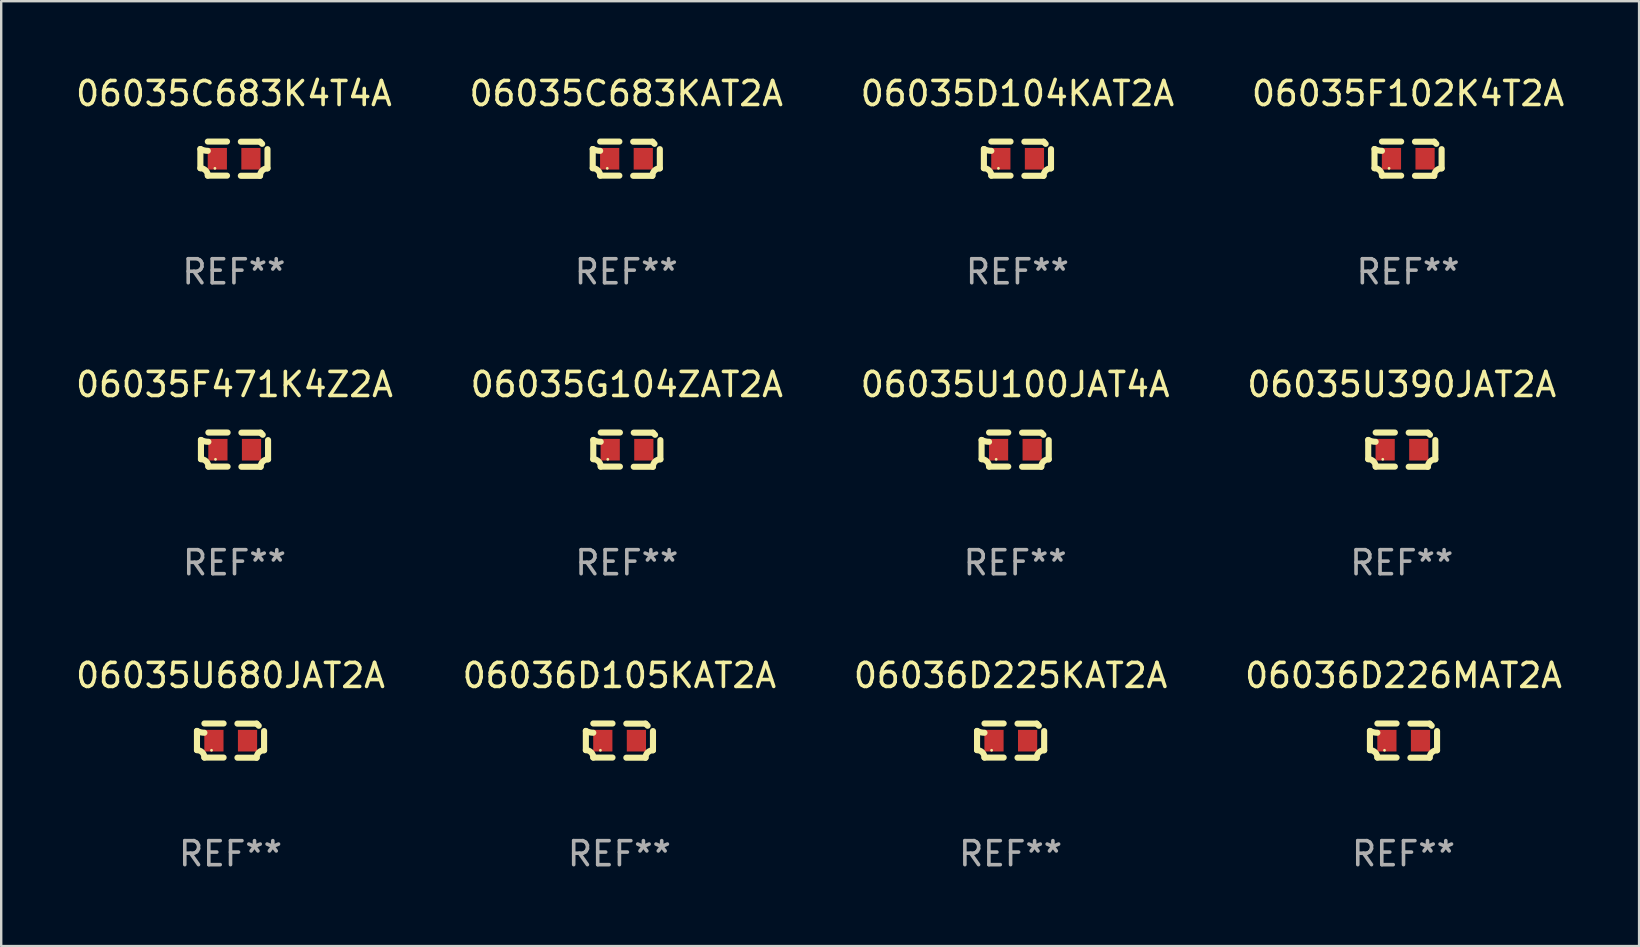
<source format=kicad_pcb>
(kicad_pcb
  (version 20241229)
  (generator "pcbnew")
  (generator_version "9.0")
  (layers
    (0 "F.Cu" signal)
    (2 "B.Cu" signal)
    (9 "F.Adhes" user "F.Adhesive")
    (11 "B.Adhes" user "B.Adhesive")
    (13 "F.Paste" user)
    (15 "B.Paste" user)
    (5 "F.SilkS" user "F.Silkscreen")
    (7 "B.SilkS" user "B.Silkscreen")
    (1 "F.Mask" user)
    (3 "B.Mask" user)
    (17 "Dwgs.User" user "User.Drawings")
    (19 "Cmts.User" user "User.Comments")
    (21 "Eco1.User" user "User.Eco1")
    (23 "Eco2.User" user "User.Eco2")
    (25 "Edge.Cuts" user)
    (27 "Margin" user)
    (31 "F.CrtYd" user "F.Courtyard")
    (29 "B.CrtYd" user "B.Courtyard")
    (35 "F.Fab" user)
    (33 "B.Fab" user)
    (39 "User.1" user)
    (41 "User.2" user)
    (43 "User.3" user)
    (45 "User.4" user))
  (footprint "06035D104KAT2A"
    (layer "F.Cu")
    (at 39.339 3.561)
    (property "Reference" "06035D104KAT2A" (at 0 -2.713 0) (layer "F.SilkS") (effects (font (size 1 1) (thickness 0.15))))
    (attr through_hole)
    (fp_line (start -1.398 -0.403) (end -1.398 0.397) (stroke (width 0.254) (type solid)) (layer "F.SilkS"))
    (fp_line (start -0.288 -0.713) (end -1.088 -0.713) (stroke (width 0.254) (type solid)) (layer "F.SilkS"))
    (fp_line (start -0.288 0.707) (end -1.088 0.707) (stroke (width 0.254) (type solid)) (layer "F.SilkS"))
    (fp_line (start 0.288 -0.707) (end 1.088 -0.707) (stroke (width 0.254) (type solid)) (layer "F.SilkS"))
    (fp_line (start 0.288 0.713) (end 1.088 0.713) (stroke (width 0.254) (type solid)) (layer "F.SilkS"))
    (fp_line (start 1.398 -0.397) (end 1.398 0.403) (stroke (width 0.254) (type solid)) (layer "F.SilkS"))
    (fp_arc (start -1.397789 0.397066) (mid -1.178701 0.487826) (end -1.08796 0.706922) (stroke (width 0.254001) (type solid)) (layer "F.SilkS"))
    (fp_arc (start -1.08796 -0.327176) (mid -1.247436 -0.346384) (end -1.39779 -0.402908) (stroke (width 0.254001) (type solid)) (layer "F.SilkS"))
    (fp_arc (start 1.087909 0.712738) (mid 1.178656 0.493655) (end 1.397739 0.402908) (stroke (width 0.254001) (type solid)) (layer "F.SilkS"))
    (fp_arc (start 1.175925 -0.618926) (mid 1.131917 -0.662923) (end 1.08791 -0.706922) (stroke (width 0.254001) (type solid)) (layer "F.SilkS"))
    (fp_circle (center -0.792 0.403) (end -0.762 0.403) (stroke (width 0.06) (type solid)) (fill no) (layer "F.SilkS"))
    (fp_text user "REF**" (at 0 4.713 0) (layer "F.Fab") (effects (font (size 1 1) (thickness 0.15))))
    (pad "1" smd rect (at -0.692 0.003) (size 0.8 0.9) (layers "F.Cu" "F.Mask" "F.Paste"))
    (pad "2" smd rect (at 0.708 0.003) (size 0.8 0.9) (layers "F.Cu" "F.Mask" "F.Paste")))
  (footprint "06036D105KAT2A"
    (layer "F.Cu")
    (at 22.756 27.805)
    (property "Reference" "06036D105KAT2A" (at 0 -2.713 0) (layer "F.SilkS") (effects (font (size 1 1) (thickness 0.15))))
    (attr through_hole)
    (fp_line (start -1.398 -0.403) (end -1.398 0.397) (stroke (width 0.254) (type solid)) (layer "F.SilkS"))
    (fp_line (start -0.288 -0.713) (end -1.088 -0.713) (stroke (width 0.254) (type solid)) (layer "F.SilkS"))
    (fp_line (start -0.288 0.707) (end -1.088 0.707) (stroke (width 0.254) (type solid)) (layer "F.SilkS"))
    (fp_line (start 0.288 -0.707) (end 1.088 -0.707) (stroke (width 0.254) (type solid)) (layer "F.SilkS"))
    (fp_line (start 0.288 0.713) (end 1.088 0.713) (stroke (width 0.254) (type solid)) (layer "F.SilkS"))
    (fp_line (start 1.398 -0.397) (end 1.398 0.403) (stroke (width 0.254) (type solid)) (layer "F.SilkS"))
    (fp_arc (start -1.397789 0.397066) (mid -1.178701 0.487826) (end -1.08796 0.706922) (stroke (width 0.254001) (type solid)) (layer "F.SilkS"))
    (fp_arc (start -1.08796 -0.327176) (mid -1.247436 -0.346384) (end -1.39779 -0.402908) (stroke (width 0.254001) (type solid)) (layer "F.SilkS"))
    (fp_arc (start 1.087909 0.712738) (mid 1.178656 0.493655) (end 1.397739 0.402908) (stroke (width 0.254001) (type solid)) (layer "F.SilkS"))
    (fp_arc (start 1.175925 -0.618926) (mid 1.131917 -0.662923) (end 1.08791 -0.706922) (stroke (width 0.254001) (type solid)) (layer "F.SilkS"))
    (fp_circle (center -0.792 0.403) (end -0.762 0.403) (stroke (width 0.06) (type solid)) (fill no) (layer "F.SilkS"))
    (fp_text user "REF**" (at 0 4.713 0) (layer "F.Fab") (effects (font (size 1 1) (thickness 0.15))))
    (pad "1" smd rect (at -0.692 0.003) (size 0.8 0.9) (layers "F.Cu" "F.Mask" "F.Paste"))
    (pad "2" smd rect (at 0.708 0.003) (size 0.8 0.9) (layers "F.Cu" "F.Mask" "F.Paste")))
  (footprint "06035C683K4T4A"
    (layer "F.Cu")
    (at 6.696 3.561)
    (property "Reference" "06035C683K4T4A" (at 0 -2.713 0) (layer "F.SilkS") (effects (font (size 1 1) (thickness 0.15))))
    (attr through_hole)
    (fp_line (start -1.398 -0.403) (end -1.398 0.397) (stroke (width 0.254) (type solid)) (layer "F.SilkS"))
    (fp_line (start -0.288 -0.713) (end -1.088 -0.713) (stroke (width 0.254) (type solid)) (layer "F.SilkS"))
    (fp_line (start -0.288 0.707) (end -1.088 0.707) (stroke (width 0.254) (type solid)) (layer "F.SilkS"))
    (fp_line (start 0.288 -0.707) (end 1.088 -0.707) (stroke (width 0.254) (type solid)) (layer "F.SilkS"))
    (fp_line (start 0.288 0.713) (end 1.088 0.713) (stroke (width 0.254) (type solid)) (layer "F.SilkS"))
    (fp_line (start 1.398 -0.397) (end 1.398 0.403) (stroke (width 0.254) (type solid)) (layer "F.SilkS"))
    (fp_arc (start -1.397789 0.397066) (mid -1.178701 0.487826) (end -1.08796 0.706922) (stroke (width 0.254001) (type solid)) (layer "F.SilkS"))
    (fp_arc (start -1.08796 -0.327176) (mid -1.247436 -0.346384) (end -1.39779 -0.402908) (stroke (width 0.254001) (type solid)) (layer "F.SilkS"))
    (fp_arc (start 1.087909 0.712738) (mid 1.178656 0.493655) (end 1.397739 0.402908) (stroke (width 0.254001) (type solid)) (layer "F.SilkS"))
    (fp_arc (start 1.175925 -0.618926) (mid 1.131917 -0.662923) (end 1.08791 -0.706922) (stroke (width 0.254001) (type solid)) (layer "F.SilkS"))
    (fp_circle (center -0.792 0.403) (end -0.762 0.403) (stroke (width 0.06) (type solid)) (fill no) (layer "F.SilkS"))
    (fp_text user "REF**" (at 0 4.713 0) (layer "F.Fab") (effects (font (size 1 1) (thickness 0.15))))
    (pad "1" smd rect (at -0.692 0.003) (size 0.8 0.9) (layers "F.Cu" "F.Mask" "F.Paste"))
    (pad "2" smd rect (at 0.708 0.003) (size 0.8 0.9) (layers "F.Cu" "F.Mask" "F.Paste")))
  (footprint "06036D225KAT2A"
    (layer "F.Cu")
    (at 39.054 27.805)
    (property "Reference" "06036D225KAT2A" (at 0 -2.713 0) (layer "F.SilkS") (effects (font (size 1 1) (thickness 0.15))))
    (attr through_hole)
    (fp_line (start -1.398 -0.403) (end -1.398 0.397) (stroke (width 0.254) (type solid)) (layer "F.SilkS"))
    (fp_line (start -0.288 -0.713) (end -1.088 -0.713) (stroke (width 0.254) (type solid)) (layer "F.SilkS"))
    (fp_line (start -0.288 0.707) (end -1.088 0.707) (stroke (width 0.254) (type solid)) (layer "F.SilkS"))
    (fp_line (start 0.288 -0.707) (end 1.088 -0.707) (stroke (width 0.254) (type solid)) (layer "F.SilkS"))
    (fp_line (start 0.288 0.713) (end 1.088 0.713) (stroke (width 0.254) (type solid)) (layer "F.SilkS"))
    (fp_line (start 1.398 -0.397) (end 1.398 0.403) (stroke (width 0.254) (type solid)) (layer "F.SilkS"))
    (fp_arc (start -1.397789 0.397066) (mid -1.178701 0.487826) (end -1.08796 0.706922) (stroke (width 0.254001) (type solid)) (layer "F.SilkS"))
    (fp_arc (start -1.08796 -0.327176) (mid -1.247436 -0.346384) (end -1.39779 -0.402908) (stroke (width 0.254001) (type solid)) (layer "F.SilkS"))
    (fp_arc (start 1.087909 0.712738) (mid 1.178656 0.493655) (end 1.397739 0.402908) (stroke (width 0.254001) (type solid)) (layer "F.SilkS"))
    (fp_arc (start 1.175925 -0.618926) (mid 1.131917 -0.662923) (end 1.08791 -0.706922) (stroke (width 0.254001) (type solid)) (layer "F.SilkS"))
    (fp_circle (center -0.792 0.403) (end -0.762 0.403) (stroke (width 0.06) (type solid)) (fill no) (layer "F.SilkS"))
    (fp_text user "REF**" (at 0 4.713 0) (layer "F.Fab") (effects (font (size 1 1) (thickness 0.15))))
    (pad "1" smd rect (at -0.692 0.003) (size 0.8 0.9) (layers "F.Cu" "F.Mask" "F.Paste"))
    (pad "2" smd rect (at 0.708 0.003) (size 0.8 0.9) (layers "F.Cu" "F.Mask" "F.Paste")))
  (footprint "06035U100JAT4A"
    (layer "F.Cu")
    (at 39.244 15.683)
    (property "Reference" "06035U100JAT4A" (at 0 -2.713 0) (layer "F.SilkS") (effects (font (size 1 1) (thickness 0.15))))
    (attr through_hole)
    (fp_line (start -1.398 -0.403) (end -1.398 0.397) (stroke (width 0.254) (type solid)) (layer "F.SilkS"))
    (fp_line (start -0.288 -0.713) (end -1.088 -0.713) (stroke (width 0.254) (type solid)) (layer "F.SilkS"))
    (fp_line (start -0.288 0.707) (end -1.088 0.707) (stroke (width 0.254) (type solid)) (layer "F.SilkS"))
    (fp_line (start 0.288 -0.707) (end 1.088 -0.707) (stroke (width 0.254) (type solid)) (layer "F.SilkS"))
    (fp_line (start 0.288 0.713) (end 1.088 0.713) (stroke (width 0.254) (type solid)) (layer "F.SilkS"))
    (fp_line (start 1.398 -0.397) (end 1.398 0.403) (stroke (width 0.254) (type solid)) (layer "F.SilkS"))
    (fp_arc (start -1.397789 0.397066) (mid -1.178701 0.487826) (end -1.08796 0.706922) (stroke (width 0.254001) (type solid)) (layer "F.SilkS"))
    (fp_arc (start -1.08796 -0.327176) (mid -1.247436 -0.346384) (end -1.39779 -0.402908) (stroke (width 0.254001) (type solid)) (layer "F.SilkS"))
    (fp_arc (start 1.087909 0.712738) (mid 1.178656 0.493655) (end 1.397739 0.402908) (stroke (width 0.254001) (type solid)) (layer "F.SilkS"))
    (fp_arc (start 1.175925 -0.618926) (mid 1.131917 -0.662923) (end 1.08791 -0.706922) (stroke (width 0.254001) (type solid)) (layer "F.SilkS"))
    (fp_circle (center -0.792 0.403) (end -0.762 0.403) (stroke (width 0.06) (type solid)) (fill no) (layer "F.SilkS"))
    (fp_text user "REF**" (at 0 4.713 0) (layer "F.Fab") (effects (font (size 1 1) (thickness 0.15))))
    (pad "1" smd rect (at -0.692 0.003) (size 0.8 0.9) (layers "F.Cu" "F.Mask" "F.Paste"))
    (pad "2" smd rect (at 0.708 0.003) (size 0.8 0.9) (layers "F.Cu" "F.Mask" "F.Paste")))
  (footprint "06035F471K4Z2A"
    (layer "F.Cu")
    (at 6.72 15.683)
    (property "Reference" "06035F471K4Z2A" (at 0 -2.713 0) (layer "F.SilkS") (effects (font (size 1 1) (thickness 0.15))))
    (attr through_hole)
    (fp_line (start -1.398 -0.403) (end -1.398 0.397) (stroke (width 0.254) (type solid)) (layer "F.SilkS"))
    (fp_line (start -0.288 -0.713) (end -1.088 -0.713) (stroke (width 0.254) (type solid)) (layer "F.SilkS"))
    (fp_line (start -0.288 0.707) (end -1.088 0.707) (stroke (width 0.254) (type solid)) (layer "F.SilkS"))
    (fp_line (start 0.288 -0.707) (end 1.088 -0.707) (stroke (width 0.254) (type solid)) (layer "F.SilkS"))
    (fp_line (start 0.288 0.713) (end 1.088 0.713) (stroke (width 0.254) (type solid)) (layer "F.SilkS"))
    (fp_line (start 1.398 -0.397) (end 1.398 0.403) (stroke (width 0.254) (type solid)) (layer "F.SilkS"))
    (fp_arc (start -1.397789 0.397066) (mid -1.178701 0.487826) (end -1.08796 0.706922) (stroke (width 0.254001) (type solid)) (layer "F.SilkS"))
    (fp_arc (start -1.08796 -0.327176) (mid -1.247436 -0.346384) (end -1.39779 -0.402908) (stroke (width 0.254001) (type solid)) (layer "F.SilkS"))
    (fp_arc (start 1.087909 0.712738) (mid 1.178656 0.493655) (end 1.397739 0.402908) (stroke (width 0.254001) (type solid)) (layer "F.SilkS"))
    (fp_arc (start 1.175925 -0.618926) (mid 1.131917 -0.662923) (end 1.08791 -0.706922) (stroke (width 0.254001) (type solid)) (layer "F.SilkS"))
    (fp_circle (center -0.792 0.403) (end -0.762 0.403) (stroke (width 0.06) (type solid)) (fill no) (layer "F.SilkS"))
    (fp_text user "REF**" (at 0 4.713 0) (layer "F.Fab") (effects (font (size 1 1) (thickness 0.15))))
    (pad "1" smd rect (at -0.692 0.003) (size 0.8 0.9) (layers "F.Cu" "F.Mask" "F.Paste"))
    (pad "2" smd rect (at 0.708 0.003) (size 0.8 0.9) (layers "F.Cu" "F.Mask" "F.Paste")))
  (footprint "06035U680JAT2A"
    (layer "F.Cu")
    (at 6.554 27.805)
    (property "Reference" "06035U680JAT2A" (at 0 -2.713 0) (layer "F.SilkS") (effects (font (size 1 1) (thickness 0.15))))
    (attr through_hole)
    (fp_line (start -1.398 -0.403) (end -1.398 0.397) (stroke (width 0.254) (type solid)) (layer "F.SilkS"))
    (fp_line (start -0.288 -0.713) (end -1.088 -0.713) (stroke (width 0.254) (type solid)) (layer "F.SilkS"))
    (fp_line (start -0.288 0.707) (end -1.088 0.707) (stroke (width 0.254) (type solid)) (layer "F.SilkS"))
    (fp_line (start 0.288 -0.707) (end 1.088 -0.707) (stroke (width 0.254) (type solid)) (layer "F.SilkS"))
    (fp_line (start 0.288 0.713) (end 1.088 0.713) (stroke (width 0.254) (type solid)) (layer "F.SilkS"))
    (fp_line (start 1.398 -0.397) (end 1.398 0.403) (stroke (width 0.254) (type solid)) (layer "F.SilkS"))
    (fp_arc (start -1.397789 0.397066) (mid -1.178701 0.487826) (end -1.08796 0.706922) (stroke (width 0.254001) (type solid)) (layer "F.SilkS"))
    (fp_arc (start -1.08796 -0.327176) (mid -1.247436 -0.346384) (end -1.39779 -0.402908) (stroke (width 0.254001) (type solid)) (layer "F.SilkS"))
    (fp_arc (start 1.087909 0.712738) (mid 1.178656 0.493655) (end 1.397739 0.402908) (stroke (width 0.254001) (type solid)) (layer "F.SilkS"))
    (fp_arc (start 1.175925 -0.618926) (mid 1.131917 -0.662923) (end 1.08791 -0.706922) (stroke (width 0.254001) (type solid)) (layer "F.SilkS"))
    (fp_circle (center -0.792 0.403) (end -0.762 0.403) (stroke (width 0.06) (type solid)) (fill no) (layer "F.SilkS"))
    (fp_text user "REF**" (at 0 4.713 0) (layer "F.Fab") (effects (font (size 1 1) (thickness 0.15))))
    (pad "1" smd rect (at -0.692 0.003) (size 0.8 0.9) (layers "F.Cu" "F.Mask" "F.Paste"))
    (pad "2" smd rect (at 0.708 0.003) (size 0.8 0.9) (layers "F.Cu" "F.Mask" "F.Paste")))
  (footprint "06035G104ZAT2A"
    (layer "F.Cu")
    (at 23.065 15.683)
    (property "Reference" "06035G104ZAT2A" (at 0 -2.713 0) (layer "F.SilkS") (effects (font (size 1 1) (thickness 0.15))))
    (attr through_hole)
    (fp_line (start -1.398 -0.403) (end -1.398 0.397) (stroke (width 0.254) (type solid)) (layer "F.SilkS"))
    (fp_line (start -0.288 -0.713) (end -1.088 -0.713) (stroke (width 0.254) (type solid)) (layer "F.SilkS"))
    (fp_line (start -0.288 0.707) (end -1.088 0.707) (stroke (width 0.254) (type solid)) (layer "F.SilkS"))
    (fp_line (start 0.288 -0.707) (end 1.088 -0.707) (stroke (width 0.254) (type solid)) (layer "F.SilkS"))
    (fp_line (start 0.288 0.713) (end 1.088 0.713) (stroke (width 0.254) (type solid)) (layer "F.SilkS"))
    (fp_line (start 1.398 -0.397) (end 1.398 0.403) (stroke (width 0.254) (type solid)) (layer "F.SilkS"))
    (fp_arc (start -1.397789 0.397066) (mid -1.178701 0.487826) (end -1.08796 0.706922) (stroke (width 0.254001) (type solid)) (layer "F.SilkS"))
    (fp_arc (start -1.08796 -0.327176) (mid -1.247436 -0.346384) (end -1.39779 -0.402908) (stroke (width 0.254001) (type solid)) (layer "F.SilkS"))
    (fp_arc (start 1.087909 0.712738) (mid 1.178656 0.493655) (end 1.397739 0.402908) (stroke (width 0.254001) (type solid)) (layer "F.SilkS"))
    (fp_arc (start 1.175925 -0.618926) (mid 1.131917 -0.662923) (end 1.08791 -0.706922) (stroke (width 0.254001) (type solid)) (layer "F.SilkS"))
    (fp_circle (center -0.792 0.403) (end -0.762 0.403) (stroke (width 0.06) (type solid)) (fill no) (layer "F.SilkS"))
    (fp_text user "REF**" (at 0 4.713 0) (layer "F.Fab") (effects (font (size 1 1) (thickness 0.15))))
    (pad "1" smd rect (at -0.692 0.003) (size 0.8 0.9) (layers "F.Cu" "F.Mask" "F.Paste"))
    (pad "2" smd rect (at 0.708 0.003) (size 0.8 0.9) (layers "F.Cu" "F.Mask" "F.Paste")))
  (footprint "06035U390JAT2A"
    (layer "F.Cu")
    (at 55.351 15.683)
    (property "Reference" "06035U390JAT2A" (at 0 -2.713 0) (layer "F.SilkS") (effects (font (size 1 1) (thickness 0.15))))
    (attr through_hole)
    (fp_line (start -1.398 -0.403) (end -1.398 0.397) (stroke (width 0.254) (type solid)) (layer "F.SilkS"))
    (fp_line (start -0.288 -0.713) (end -1.088 -0.713) (stroke (width 0.254) (type solid)) (layer "F.SilkS"))
    (fp_line (start -0.288 0.707) (end -1.088 0.707) (stroke (width 0.254) (type solid)) (layer "F.SilkS"))
    (fp_line (start 0.288 -0.707) (end 1.088 -0.707) (stroke (width 0.254) (type solid)) (layer "F.SilkS"))
    (fp_line (start 0.288 0.713) (end 1.088 0.713) (stroke (width 0.254) (type solid)) (layer "F.SilkS"))
    (fp_line (start 1.398 -0.397) (end 1.398 0.403) (stroke (width 0.254) (type solid)) (layer "F.SilkS"))
    (fp_arc (start -1.397789 0.397066) (mid -1.178701 0.487826) (end -1.08796 0.706922) (stroke (width 0.254001) (type solid)) (layer "F.SilkS"))
    (fp_arc (start -1.08796 -0.327176) (mid -1.247436 -0.346384) (end -1.39779 -0.402908) (stroke (width 0.254001) (type solid)) (layer "F.SilkS"))
    (fp_arc (start 1.087909 0.712738) (mid 1.178656 0.493655) (end 1.397739 0.402908) (stroke (width 0.254001) (type solid)) (layer "F.SilkS"))
    (fp_arc (start 1.175925 -0.618926) (mid 1.131917 -0.662923) (end 1.08791 -0.706922) (stroke (width 0.254001) (type solid)) (layer "F.SilkS"))
    (fp_circle (center -0.792 0.403) (end -0.762 0.403) (stroke (width 0.06) (type solid)) (fill no) (layer "F.SilkS"))
    (fp_text user "REF**" (at 0 4.713 0) (layer "F.Fab") (effects (font (size 1 1) (thickness 0.15))))
    (pad "1" smd rect (at -0.692 0.003) (size 0.8 0.9) (layers "F.Cu" "F.Mask" "F.Paste"))
    (pad "2" smd rect (at 0.708 0.003) (size 0.8 0.9) (layers "F.Cu" "F.Mask" "F.Paste")))
  (footprint "06035F102K4T2A"
    (layer "F.Cu")
    (at 55.613 3.561)
    (property "Reference" "06035F102K4T2A" (at 0 -2.713 0) (layer "F.SilkS") (effects (font (size 1 1) (thickness 0.15))))
    (attr through_hole)
    (fp_line (start -1.398 -0.403) (end -1.398 0.397) (stroke (width 0.254) (type solid)) (layer "F.SilkS"))
    (fp_line (start -0.288 -0.713) (end -1.088 -0.713) (stroke (width 0.254) (type solid)) (layer "F.SilkS"))
    (fp_line (start -0.288 0.707) (end -1.088 0.707) (stroke (width 0.254) (type solid)) (layer "F.SilkS"))
    (fp_line (start 0.288 -0.707) (end 1.088 -0.707) (stroke (width 0.254) (type solid)) (layer "F.SilkS"))
    (fp_line (start 0.288 0.713) (end 1.088 0.713) (stroke (width 0.254) (type solid)) (layer "F.SilkS"))
    (fp_line (start 1.398 -0.397) (end 1.398 0.403) (stroke (width 0.254) (type solid)) (layer "F.SilkS"))
    (fp_arc (start -1.397789 0.397066) (mid -1.178701 0.487826) (end -1.08796 0.706922) (stroke (width 0.254001) (type solid)) (layer "F.SilkS"))
    (fp_arc (start -1.08796 -0.327176) (mid -1.247436 -0.346384) (end -1.39779 -0.402908) (stroke (width 0.254001) (type solid)) (layer "F.SilkS"))
    (fp_arc (start 1.087909 0.712738) (mid 1.178656 0.493655) (end 1.397739 0.402908) (stroke (width 0.254001) (type solid)) (layer "F.SilkS"))
    (fp_arc (start 1.175925 -0.618926) (mid 1.131917 -0.662923) (end 1.08791 -0.706922) (stroke (width 0.254001) (type solid)) (layer "F.SilkS"))
    (fp_circle (center -0.792 0.403) (end -0.762 0.403) (stroke (width 0.06) (type solid)) (fill no) (layer "F.SilkS"))
    (fp_text user "REF**" (at 0 4.713 0) (layer "F.Fab") (effects (font (size 1 1) (thickness 0.15))))
    (pad "1" smd rect (at -0.692 0.003) (size 0.8 0.9) (layers "F.Cu" "F.Mask" "F.Paste"))
    (pad "2" smd rect (at 0.708 0.003) (size 0.8 0.9) (layers "F.Cu" "F.Mask" "F.Paste")))
  (footprint "06036D226MAT2A"
    (layer "F.Cu")
    (at 55.423 27.805)
    (property "Reference" "06036D226MAT2A" (at 0 -2.713 0) (layer "F.SilkS") (effects (font (size 1 1) (thickness 0.15))))
    (attr through_hole)
    (fp_line (start -1.398 -0.403) (end -1.398 0.397) (stroke (width 0.254) (type solid)) (layer "F.SilkS"))
    (fp_line (start -0.288 -0.713) (end -1.088 -0.713) (stroke (width 0.254) (type solid)) (layer "F.SilkS"))
    (fp_line (start -0.288 0.707) (end -1.088 0.707) (stroke (width 0.254) (type solid)) (layer "F.SilkS"))
    (fp_line (start 0.288 -0.707) (end 1.088 -0.707) (stroke (width 0.254) (type solid)) (layer "F.SilkS"))
    (fp_line (start 0.288 0.713) (end 1.088 0.713) (stroke (width 0.254) (type solid)) (layer "F.SilkS"))
    (fp_line (start 1.398 -0.397) (end 1.398 0.403) (stroke (width 0.254) (type solid)) (layer "F.SilkS"))
    (fp_arc (start -1.397789 0.397066) (mid -1.178701 0.487826) (end -1.08796 0.706922) (stroke (width 0.254001) (type solid)) (layer "F.SilkS"))
    (fp_arc (start -1.08796 -0.327176) (mid -1.247436 -0.346384) (end -1.39779 -0.402908) (stroke (width 0.254001) (type solid)) (layer "F.SilkS"))
    (fp_arc (start 1.087909 0.712738) (mid 1.178656 0.493655) (end 1.397739 0.402908) (stroke (width 0.254001) (type solid)) (layer "F.SilkS"))
    (fp_arc (start 1.175925 -0.618926) (mid 1.131917 -0.662923) (end 1.08791 -0.706922) (stroke (width 0.254001) (type solid)) (layer "F.SilkS"))
    (fp_circle (center -0.792 0.403) (end -0.762 0.403) (stroke (width 0.06) (type solid)) (fill no) (layer "F.SilkS"))
    (fp_text user "REF**" (at 0 4.713 0) (layer "F.Fab") (effects (font (size 1 1) (thickness 0.15))))
    (pad "1" smd rect (at -0.692 0.003) (size 0.8 0.9) (layers "F.Cu" "F.Mask" "F.Paste"))
    (pad "2" smd rect (at 0.708 0.003) (size 0.8 0.9) (layers "F.Cu" "F.Mask" "F.Paste")))
  (footprint "06035C683KAT2A"
    (layer "F.Cu")
    (at 23.042 3.561)
    (property "Reference" "06035C683KAT2A" (at 0 -2.713 0) (layer "F.SilkS") (effects (font (size 1 1) (thickness 0.15))))
    (attr through_hole)
    (fp_line (start -1.398 -0.403) (end -1.398 0.397) (stroke (width 0.254) (type solid)) (layer "F.SilkS"))
    (fp_line (start -0.288 -0.713) (end -1.088 -0.713) (stroke (width 0.254) (type solid)) (layer "F.SilkS"))
    (fp_line (start -0.288 0.707) (end -1.088 0.707) (stroke (width 0.254) (type solid)) (layer "F.SilkS"))
    (fp_line (start 0.288 -0.707) (end 1.088 -0.707) (stroke (width 0.254) (type solid)) (layer "F.SilkS"))
    (fp_line (start 0.288 0.713) (end 1.088 0.713) (stroke (width 0.254) (type solid)) (layer "F.SilkS"))
    (fp_line (start 1.398 -0.397) (end 1.398 0.403) (stroke (width 0.254) (type solid)) (layer "F.SilkS"))
    (fp_arc (start -1.397789 0.397066) (mid -1.178701 0.487826) (end -1.08796 0.706922) (stroke (width 0.254001) (type solid)) (layer "F.SilkS"))
    (fp_arc (start -1.08796 -0.327176) (mid -1.247436 -0.346384) (end -1.39779 -0.402908) (stroke (width 0.254001) (type solid)) (layer "F.SilkS"))
    (fp_arc (start 1.087909 0.712738) (mid 1.178656 0.493655) (end 1.397739 0.402908) (stroke (width 0.254001) (type solid)) (layer "F.SilkS"))
    (fp_arc (start 1.175925 -0.618926) (mid 1.131917 -0.662923) (end 1.08791 -0.706922) (stroke (width 0.254001) (type solid)) (layer "F.SilkS"))
    (fp_circle (center -0.792 0.403) (end -0.762 0.403) (stroke (width 0.06) (type solid)) (fill no) (layer "F.SilkS"))
    (fp_text user "REF**" (at 0 4.713 0) (layer "F.Fab") (effects (font (size 1 1) (thickness 0.15))))
    (pad "1" smd rect (at -0.692 0.003) (size 0.8 0.9) (layers "F.Cu" "F.Mask" "F.Paste"))
    (pad "2" smd rect (at 0.708 0.003) (size 0.8 0.9) (layers "F.Cu" "F.Mask" "F.Paste")))
  (gr_rect
    (start -3 -3)
    (end 65.238 36.366)
    (stroke (width 0.1) (type default))
    (fill no)
    (layer "Edge.Cuts")))
</source>
